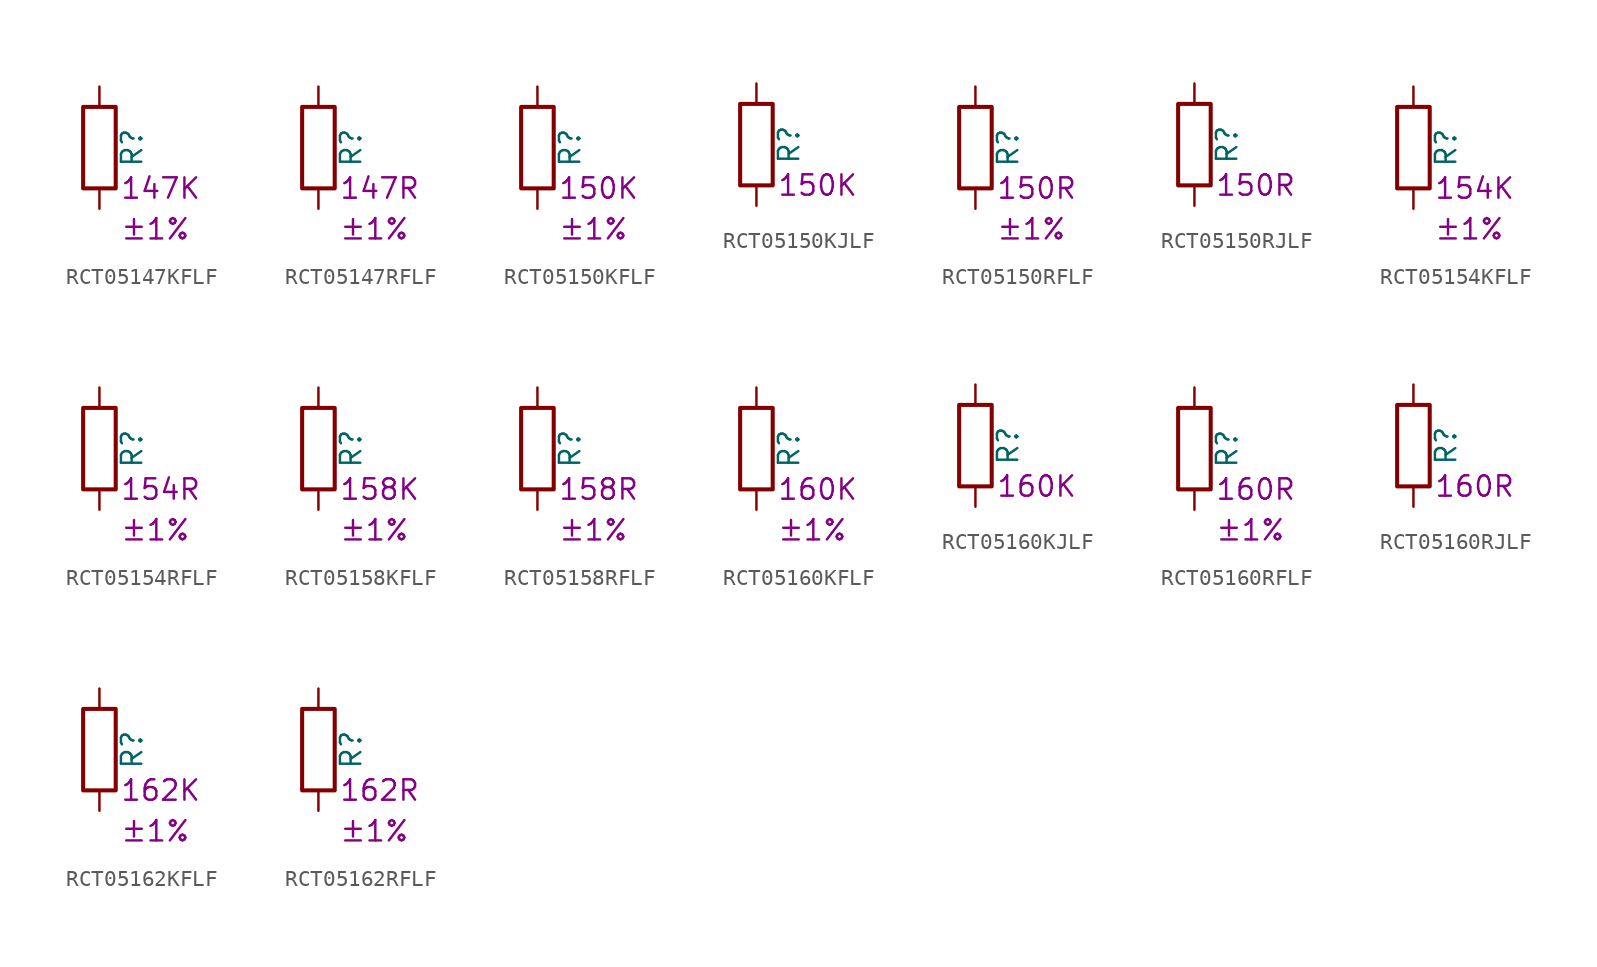
<source format=kicad_sym>
(kicad_symbol_lib
  (version 20220914)
  (generator kicad_symbol_editor)
  (symbol "RCT05147KFLF"
    (pin_numbers hide)
    (pin_names
      (offset 0))
    (property "Reference" "R"
      (at 2.032 0 90)
      (effects (font (size 1.27 1.27))))
    (property "Resistance" "147K"
      (at 1.27 -2.54 0)
      (effects (font (size 1.27 1.27)) (justify left)))
    (property "Tolerance" "±1%"
      (at 1.27 -5.08 0)
      (effects (font (size 1.27 1.27)) (justify left)))
    (symbol "RCT05147KFLF_0_1"
      (rectangle (start -1.016 -2.54) (end 1.016 2.54) (stroke (width 0.254) (type default)) (fill (type none))))
    (symbol "RCT05147KFLF_1_1"
      (pin passive line (at 0 3.81 270) (length 1.27) (name "~" (effects (font (size 1.27 1.27)))) (number "1" (effects (font (size 1.27 1.27)))))
      (pin passive line (at 0 -3.81 90) (length 1.27) (name "~" (effects (font (size 1.27 1.27)))) (number "2" (effects (font (size 1.27 1.27)))))))
  (symbol "RCT05147RFLF"
    (pin_numbers hide)
    (pin_names
      (offset 0))
    (property "Reference" "R"
      (at 2.032 0 90)
      (effects (font (size 1.27 1.27))))
    (property "Resistance" "147R"
      (at 1.27 -2.54 0)
      (effects (font (size 1.27 1.27)) (justify left)))
    (property "Tolerance" "±1%"
      (at 1.27 -5.08 0)
      (effects (font (size 1.27 1.27)) (justify left)))
    (symbol "RCT05147RFLF_0_1"
      (rectangle (start -1.016 -2.54) (end 1.016 2.54) (stroke (width 0.254) (type default)) (fill (type none))))
    (symbol "RCT05147RFLF_1_1"
      (pin passive line (at 0 3.81 270) (length 1.27) (name "~" (effects (font (size 1.27 1.27)))) (number "1" (effects (font (size 1.27 1.27)))))
      (pin passive line (at 0 -3.81 90) (length 1.27) (name "~" (effects (font (size 1.27 1.27)))) (number "2" (effects (font (size 1.27 1.27)))))))
  (symbol "RCT05150KFLF"
    (pin_numbers hide)
    (pin_names
      (offset 0))
    (property "Reference" "R"
      (at 2.032 0 90)
      (effects (font (size 1.27 1.27))))
    (property "Resistance" "150K"
      (at 1.27 -2.54 0)
      (effects (font (size 1.27 1.27)) (justify left)))
    (property "Tolerance" "±1%"
      (at 1.27 -5.08 0)
      (effects (font (size 1.27 1.27)) (justify left)))
    (symbol "RCT05150KFLF_0_1"
      (rectangle (start -1.016 -2.54) (end 1.016 2.54) (stroke (width 0.254) (type default)) (fill (type none))))
    (symbol "RCT05150KFLF_1_1"
      (pin passive line (at 0 3.81 270) (length 1.27) (name "~" (effects (font (size 1.27 1.27)))) (number "1" (effects (font (size 1.27 1.27)))))
      (pin passive line (at 0 -3.81 90) (length 1.27) (name "~" (effects (font (size 1.27 1.27)))) (number "2" (effects (font (size 1.27 1.27)))))))
  (symbol "RCT05150KJLF"
    (pin_numbers hide)
    (pin_names
      (offset 0))
    (property "Reference" "R"
      (at 2.032 0 90)
      (effects (font (size 1.27 1.27))))
    (property "Resistance" "150K"
      (at 1.27 -2.54 0)
      (effects (font (size 1.27 1.27)) (justify left)))
    (symbol "RCT05150KJLF_0_1"
      (rectangle (start -1.016 -2.54) (end 1.016 2.54) (stroke (width 0.254) (type default)) (fill (type none))))
    (symbol "RCT05150KJLF_1_1"
      (pin passive line (at 0 3.81 270) (length 1.27) (name "~" (effects (font (size 1.27 1.27)))) (number "1" (effects (font (size 1.27 1.27)))))
      (pin passive line (at 0 -3.81 90) (length 1.27) (name "~" (effects (font (size 1.27 1.27)))) (number "2" (effects (font (size 1.27 1.27)))))))
  (symbol "RCT05150RFLF"
    (pin_numbers hide)
    (pin_names
      (offset 0))
    (property "Reference" "R"
      (at 2.032 0 90)
      (effects (font (size 1.27 1.27))))
    (property "Resistance" "150R"
      (at 1.27 -2.54 0)
      (effects (font (size 1.27 1.27)) (justify left)))
    (property "Tolerance" "±1%"
      (at 1.27 -5.08 0)
      (effects (font (size 1.27 1.27)) (justify left)))
    (symbol "RCT05150RFLF_0_1"
      (rectangle (start -1.016 -2.54) (end 1.016 2.54) (stroke (width 0.254) (type default)) (fill (type none))))
    (symbol "RCT05150RFLF_1_1"
      (pin passive line (at 0 3.81 270) (length 1.27) (name "~" (effects (font (size 1.27 1.27)))) (number "1" (effects (font (size 1.27 1.27)))))
      (pin passive line (at 0 -3.81 90) (length 1.27) (name "~" (effects (font (size 1.27 1.27)))) (number "2" (effects (font (size 1.27 1.27)))))))
  (symbol "RCT05150RJLF"
    (pin_numbers hide)
    (pin_names
      (offset 0))
    (property "Reference" "R"
      (at 2.032 0 90)
      (effects (font (size 1.27 1.27))))
    (property "Resistance" "150R"
      (at 1.27 -2.54 0)
      (effects (font (size 1.27 1.27)) (justify left)))
    (symbol "RCT05150RJLF_0_1"
      (rectangle (start -1.016 -2.54) (end 1.016 2.54) (stroke (width 0.254) (type default)) (fill (type none))))
    (symbol "RCT05150RJLF_1_1"
      (pin passive line (at 0 3.81 270) (length 1.27) (name "~" (effects (font (size 1.27 1.27)))) (number "1" (effects (font (size 1.27 1.27)))))
      (pin passive line (at 0 -3.81 90) (length 1.27) (name "~" (effects (font (size 1.27 1.27)))) (number "2" (effects (font (size 1.27 1.27)))))))
  (symbol "RCT05154KFLF"
    (pin_numbers hide)
    (pin_names
      (offset 0))
    (property "Reference" "R"
      (at 2.032 0 90)
      (effects (font (size 1.27 1.27))))
    (property "Resistance" "154K"
      (at 1.27 -2.54 0)
      (effects (font (size 1.27 1.27)) (justify left)))
    (property "Tolerance" "±1%"
      (at 1.27 -5.08 0)
      (effects (font (size 1.27 1.27)) (justify left)))
    (symbol "RCT05154KFLF_0_1"
      (rectangle (start -1.016 -2.54) (end 1.016 2.54) (stroke (width 0.254) (type default)) (fill (type none))))
    (symbol "RCT05154KFLF_1_1"
      (pin passive line (at 0 3.81 270) (length 1.27) (name "~" (effects (font (size 1.27 1.27)))) (number "1" (effects (font (size 1.27 1.27)))))
      (pin passive line (at 0 -3.81 90) (length 1.27) (name "~" (effects (font (size 1.27 1.27)))) (number "2" (effects (font (size 1.27 1.27)))))))
  (symbol "RCT05154RFLF"
    (pin_numbers hide)
    (pin_names
      (offset 0))
    (property "Reference" "R"
      (at 2.032 0 90)
      (effects (font (size 1.27 1.27))))
    (property "Resistance" "154R"
      (at 1.27 -2.54 0)
      (effects (font (size 1.27 1.27)) (justify left)))
    (property "Tolerance" "±1%"
      (at 1.27 -5.08 0)
      (effects (font (size 1.27 1.27)) (justify left)))
    (symbol "RCT05154RFLF_0_1"
      (rectangle (start -1.016 -2.54) (end 1.016 2.54) (stroke (width 0.254) (type default)) (fill (type none))))
    (symbol "RCT05154RFLF_1_1"
      (pin passive line (at 0 3.81 270) (length 1.27) (name "~" (effects (font (size 1.27 1.27)))) (number "1" (effects (font (size 1.27 1.27)))))
      (pin passive line (at 0 -3.81 90) (length 1.27) (name "~" (effects (font (size 1.27 1.27)))) (number "2" (effects (font (size 1.27 1.27)))))))
  (symbol "RCT05158KFLF"
    (pin_numbers hide)
    (pin_names
      (offset 0))
    (property "Reference" "R"
      (at 2.032 0 90)
      (effects (font (size 1.27 1.27))))
    (property "Resistance" "158K"
      (at 1.27 -2.54 0)
      (effects (font (size 1.27 1.27)) (justify left)))
    (property "Tolerance" "±1%"
      (at 1.27 -5.08 0)
      (effects (font (size 1.27 1.27)) (justify left)))
    (symbol "RCT05158KFLF_0_1"
      (rectangle (start -1.016 -2.54) (end 1.016 2.54) (stroke (width 0.254) (type default)) (fill (type none))))
    (symbol "RCT05158KFLF_1_1"
      (pin passive line (at 0 3.81 270) (length 1.27) (name "~" (effects (font (size 1.27 1.27)))) (number "1" (effects (font (size 1.27 1.27)))))
      (pin passive line (at 0 -3.81 90) (length 1.27) (name "~" (effects (font (size 1.27 1.27)))) (number "2" (effects (font (size 1.27 1.27)))))))
  (symbol "RCT05158RFLF"
    (pin_numbers hide)
    (pin_names
      (offset 0))
    (property "Reference" "R"
      (at 2.032 0 90)
      (effects (font (size 1.27 1.27))))
    (property "Resistance" "158R"
      (at 1.27 -2.54 0)
      (effects (font (size 1.27 1.27)) (justify left)))
    (property "Tolerance" "±1%"
      (at 1.27 -5.08 0)
      (effects (font (size 1.27 1.27)) (justify left)))
    (symbol "RCT05158RFLF_0_1"
      (rectangle (start -1.016 -2.54) (end 1.016 2.54) (stroke (width 0.254) (type default)) (fill (type none))))
    (symbol "RCT05158RFLF_1_1"
      (pin passive line (at 0 3.81 270) (length 1.27) (name "~" (effects (font (size 1.27 1.27)))) (number "1" (effects (font (size 1.27 1.27)))))
      (pin passive line (at 0 -3.81 90) (length 1.27) (name "~" (effects (font (size 1.27 1.27)))) (number "2" (effects (font (size 1.27 1.27)))))))
  (symbol "RCT05160KFLF"
    (pin_numbers hide)
    (pin_names
      (offset 0))
    (property "Reference" "R"
      (at 2.032 0 90)
      (effects (font (size 1.27 1.27))))
    (property "Resistance" "160K"
      (at 1.27 -2.54 0)
      (effects (font (size 1.27 1.27)) (justify left)))
    (property "Tolerance" "±1%"
      (at 1.27 -5.08 0)
      (effects (font (size 1.27 1.27)) (justify left)))
    (symbol "RCT05160KFLF_0_1"
      (rectangle (start -1.016 -2.54) (end 1.016 2.54) (stroke (width 0.254) (type default)) (fill (type none))))
    (symbol "RCT05160KFLF_1_1"
      (pin passive line (at 0 3.81 270) (length 1.27) (name "~" (effects (font (size 1.27 1.27)))) (number "1" (effects (font (size 1.27 1.27)))))
      (pin passive line (at 0 -3.81 90) (length 1.27) (name "~" (effects (font (size 1.27 1.27)))) (number "2" (effects (font (size 1.27 1.27)))))))
  (symbol "RCT05160KJLF"
    (pin_numbers hide)
    (pin_names
      (offset 0))
    (property "Reference" "R"
      (at 2.032 0 90)
      (effects (font (size 1.27 1.27))))
    (property "Resistance" "160K"
      (at 1.27 -2.54 0)
      (effects (font (size 1.27 1.27)) (justify left)))
    (symbol "RCT05160KJLF_0_1"
      (rectangle (start -1.016 -2.54) (end 1.016 2.54) (stroke (width 0.254) (type default)) (fill (type none))))
    (symbol "RCT05160KJLF_1_1"
      (pin passive line (at 0 3.81 270) (length 1.27) (name "~" (effects (font (size 1.27 1.27)))) (number "1" (effects (font (size 1.27 1.27)))))
      (pin passive line (at 0 -3.81 90) (length 1.27) (name "~" (effects (font (size 1.27 1.27)))) (number "2" (effects (font (size 1.27 1.27)))))))
  (symbol "RCT05160RFLF"
    (pin_numbers hide)
    (pin_names
      (offset 0))
    (property "Reference" "R"
      (at 2.032 0 90)
      (effects (font (size 1.27 1.27))))
    (property "Resistance" "160R"
      (at 1.27 -2.54 0)
      (effects (font (size 1.27 1.27)) (justify left)))
    (property "Tolerance" "±1%"
      (at 1.27 -5.08 0)
      (effects (font (size 1.27 1.27)) (justify left)))
    (symbol "RCT05160RFLF_0_1"
      (rectangle (start -1.016 -2.54) (end 1.016 2.54) (stroke (width 0.254) (type default)) (fill (type none))))
    (symbol "RCT05160RFLF_1_1"
      (pin passive line (at 0 3.81 270) (length 1.27) (name "~" (effects (font (size 1.27 1.27)))) (number "1" (effects (font (size 1.27 1.27)))))
      (pin passive line (at 0 -3.81 90) (length 1.27) (name "~" (effects (font (size 1.27 1.27)))) (number "2" (effects (font (size 1.27 1.27)))))))
  (symbol "RCT05160RJLF"
    (pin_numbers hide)
    (pin_names
      (offset 0))
    (property "Reference" "R"
      (at 2.032 0 90)
      (effects (font (size 1.27 1.27))))
    (property "Resistance" "160R"
      (at 1.27 -2.54 0)
      (effects (font (size 1.27 1.27)) (justify left)))
    (symbol "RCT05160RJLF_0_1"
      (rectangle (start -1.016 -2.54) (end 1.016 2.54) (stroke (width 0.254) (type default)) (fill (type none))))
    (symbol "RCT05160RJLF_1_1"
      (pin passive line (at 0 3.81 270) (length 1.27) (name "~" (effects (font (size 1.27 1.27)))) (number "1" (effects (font (size 1.27 1.27)))))
      (pin passive line (at 0 -3.81 90) (length 1.27) (name "~" (effects (font (size 1.27 1.27)))) (number "2" (effects (font (size 1.27 1.27)))))))
  (symbol "RCT05162KFLF"
    (pin_numbers hide)
    (pin_names
      (offset 0))
    (property "Reference" "R"
      (at 2.032 0 90)
      (effects (font (size 1.27 1.27))))
    (property "Resistance" "162K"
      (at 1.27 -2.54 0)
      (effects (font (size 1.27 1.27)) (justify left)))
    (property "Tolerance" "±1%"
      (at 1.27 -5.08 0)
      (effects (font (size 1.27 1.27)) (justify left)))
    (symbol "RCT05162KFLF_0_1"
      (rectangle (start -1.016 -2.54) (end 1.016 2.54) (stroke (width 0.254) (type default)) (fill (type none))))
    (symbol "RCT05162KFLF_1_1"
      (pin passive line (at 0 3.81 270) (length 1.27) (name "~" (effects (font (size 1.27 1.27)))) (number "1" (effects (font (size 1.27 1.27)))))
      (pin passive line (at 0 -3.81 90) (length 1.27) (name "~" (effects (font (size 1.27 1.27)))) (number "2" (effects (font (size 1.27 1.27)))))))
  (symbol "RCT05162RFLF"
    (pin_numbers hide)
    (pin_names
      (offset 0))
    (property "Reference" "R"
      (at 2.032 0 90)
      (effects (font (size 1.27 1.27))))
    (property "Resistance" "162R"
      (at 1.27 -2.54 0)
      (effects (font (size 1.27 1.27)) (justify left)))
    (property "Tolerance" "±1%"
      (at 1.27 -5.08 0)
      (effects (font (size 1.27 1.27)) (justify left)))
    (symbol "RCT05162RFLF_0_1"
      (rectangle (start -1.016 -2.54) (end 1.016 2.54) (stroke (width 0.254) (type default)) (fill (type none))))
    (symbol "RCT05162RFLF_1_1"
      (pin passive line (at 0 3.81 270) (length 1.27) (name "~" (effects (font (size 1.27 1.27)))) (number "1" (effects (font (size 1.27 1.27)))))
      (pin passive line (at 0 -3.81 90) (length 1.27) (name "~" (effects (font (size 1.27 1.27)))) (number "2" (effects (font (size 1.27 1.27))))))))
</source>
